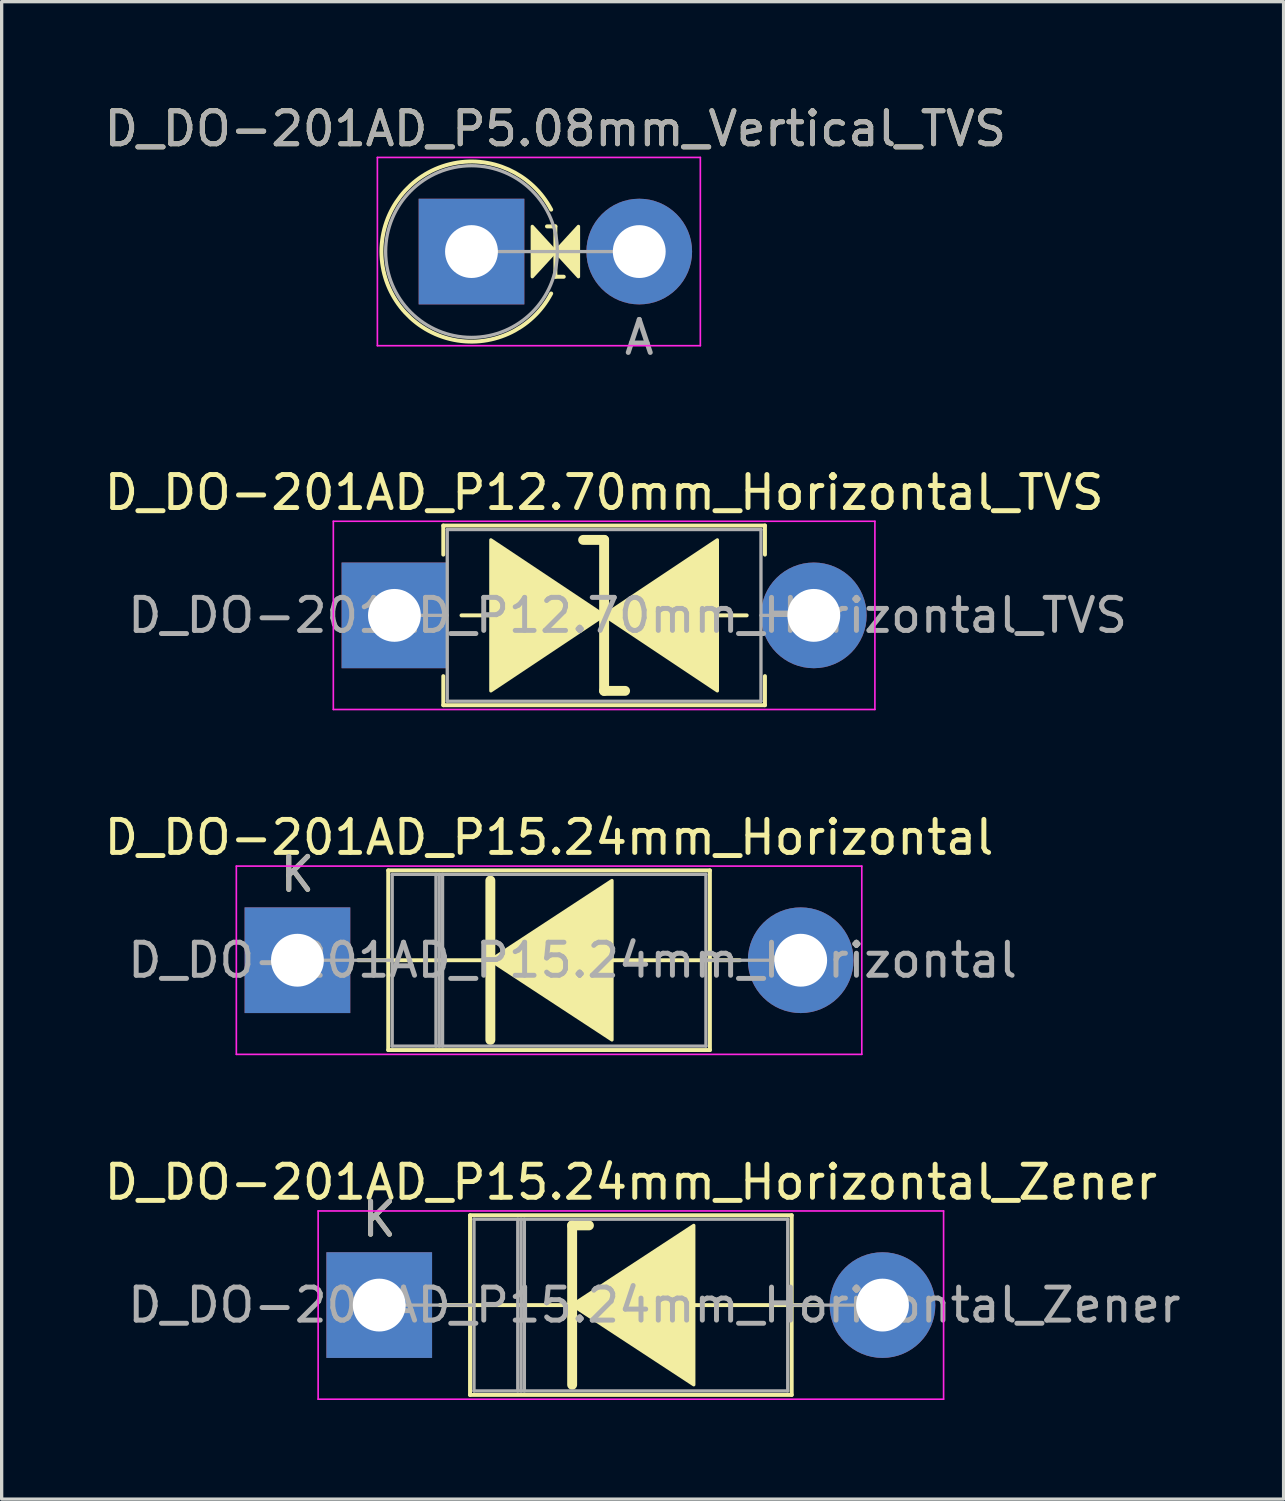
<source format=kicad_pcb>
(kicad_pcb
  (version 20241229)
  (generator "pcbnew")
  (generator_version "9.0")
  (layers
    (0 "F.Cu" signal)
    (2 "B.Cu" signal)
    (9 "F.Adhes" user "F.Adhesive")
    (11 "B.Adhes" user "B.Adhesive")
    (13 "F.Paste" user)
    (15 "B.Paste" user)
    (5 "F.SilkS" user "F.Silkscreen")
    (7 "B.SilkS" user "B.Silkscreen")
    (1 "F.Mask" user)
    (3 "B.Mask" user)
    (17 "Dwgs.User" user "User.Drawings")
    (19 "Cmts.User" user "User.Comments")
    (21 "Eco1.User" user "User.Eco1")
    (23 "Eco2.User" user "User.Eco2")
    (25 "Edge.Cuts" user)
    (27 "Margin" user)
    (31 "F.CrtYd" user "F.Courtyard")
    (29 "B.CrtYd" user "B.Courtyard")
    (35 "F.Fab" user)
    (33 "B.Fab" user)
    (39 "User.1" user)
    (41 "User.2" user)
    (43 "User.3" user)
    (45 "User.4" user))
  (footprint "D_DO-201AD_P15.24mm_Horizontal_Zener"
    (layer "F.Cu")
    (at 8.434 36.471)
    (property "Reference" "D_DO-201AD_P15.24mm_Horizontal_Zener" (at 7.62 -3.72 0) (layer "F.SilkS") (effects (font (size 1 1) (thickness 0.15))))
    (attr through_hole)
    (fp_line (start 1.84 0) (end 2.75 0) (stroke (width 0.12) (type solid)) (layer "F.SilkS"))
    (fp_line (start 2.75 -2.72) (end 2.75 2.72) (stroke (width 0.12) (type solid)) (layer "F.SilkS"))
    (fp_line (start 2.75 2.72) (end 12.49 2.72) (stroke (width 0.12) (type solid)) (layer "F.SilkS"))
    (fp_line (start 5.715 0) (end 2.75 0) (stroke (width 0.12) (type solid)) (layer "F.SilkS"))
    (fp_line (start 5.842 -2.413) (end 5.842 2.413) (stroke (width 0.3) (type solid)) (layer "F.SilkS"))
    (fp_line (start 5.842 -2.413) (end 6.35 -2.413) (stroke (width 0.3) (type solid)) (layer "F.SilkS"))
    (fp_line (start 9.525 0) (end 12.49 0) (stroke (width 0.12) (type solid)) (layer "F.SilkS"))
    (fp_line (start 12.49 -2.72) (end 2.75 -2.72) (stroke (width 0.12) (type solid)) (layer "F.SilkS"))
    (fp_line (start 12.49 2.72) (end 12.49 -2.72) (stroke (width 0.12) (type solid)) (layer "F.SilkS"))
    (fp_line (start 13.4 0) (end 12.49 0) (stroke (width 0.12) (type solid)) (layer "F.SilkS"))
    (fp_poly (pts (xy 9.525 2.413) (xy 5.842 0) (xy 9.525 -2.413)) (stroke (width 0.1) (type solid)) (fill yes) (layer "F.SilkS"))
    (fp_line (start -1.85 -2.85) (end -1.85 2.85) (stroke (width 0.05) (type solid)) (layer "F.CrtYd"))
    (fp_line (start -1.85 2.85) (end 17.09 2.85) (stroke (width 0.05) (type solid)) (layer "F.CrtYd"))
    (fp_line (start 17.09 -2.85) (end -1.85 -2.85) (stroke (width 0.05) (type solid)) (layer "F.CrtYd"))
    (fp_line (start 17.09 2.85) (end 17.09 -2.85) (stroke (width 0.05) (type solid)) (layer "F.CrtYd"))
    (fp_line (start 0 0) (end 2.87 0) (stroke (width 0.1) (type solid)) (layer "F.Fab"))
    (fp_line (start 2.87 -2.6) (end 2.87 2.6) (stroke (width 0.1) (type solid)) (layer "F.Fab"))
    (fp_line (start 2.87 2.6) (end 12.37 2.6) (stroke (width 0.1) (type solid)) (layer "F.Fab"))
    (fp_line (start 4.195 -2.6) (end 4.195 2.6) (stroke (width 0.1) (type solid)) (layer "F.Fab"))
    (fp_line (start 4.295 -2.6) (end 4.295 2.6) (stroke (width 0.1) (type solid)) (layer "F.Fab"))
    (fp_line (start 4.395 -2.6) (end 4.395 2.6) (stroke (width 0.1) (type solid)) (layer "F.Fab"))
    (fp_line (start 12.37 -2.6) (end 2.87 -2.6) (stroke (width 0.1) (type solid)) (layer "F.Fab"))
    (fp_line (start 12.37 2.6) (end 12.37 -2.6) (stroke (width 0.1) (type solid)) (layer "F.Fab"))
    (fp_line (start 15.24 0) (end 12.37 0) (stroke (width 0.1) (type solid)) (layer "F.Fab"))
    (fp_text user "K" (at 0 -2.6 0) (layer "F.SilkS") (effects (font (size 1 1) (thickness 0.15))))
    (fp_text user "${REFERENCE}" (at 8.332 0 0) (layer "F.Fab") (effects (font (size 1 1) (thickness 0.15))))
    (fp_text user "K" (at 0 -2.6 0) (layer "F.Fab") (effects (font (size 1 1) (thickness 0.15))))
    (pad "1" thru_hole rect (at 0 0) (size 3.2 3.2) (drill 1.6) (layers "*.Cu" "*.Mask"))
    (pad "2" thru_hole oval (at 15.24 0) (size 3.2 3.2) (drill 1.6) (layers "*.Cu" "*.Mask")))
  (footprint "D_DO-201AD_P15.24mm_Horizontal"
    (layer "F.Cu")
    (at 5.957 26.028)
    (property "Reference" "D_DO-201AD_P15.24mm_Horizontal" (at 7.62 -3.72 0) (layer "F.SilkS") (effects (font (size 1 1) (thickness 0.15))))
    (attr through_hole)
    (fp_line (start 1.84 0) (end 2.75 0) (stroke (width 0.12) (type solid)) (layer "F.SilkS"))
    (fp_line (start 2.75 -2.72) (end 2.75 2.72) (stroke (width 0.12) (type solid)) (layer "F.SilkS"))
    (fp_line (start 2.75 2.72) (end 12.49 2.72) (stroke (width 0.12) (type solid)) (layer "F.SilkS"))
    (fp_line (start 5.715 0) (end 2.75 0) (stroke (width 0.12) (type solid)) (layer "F.SilkS"))
    (fp_line (start 5.842 -2.413) (end 5.842 2.413) (stroke (width 0.3) (type solid)) (layer "F.SilkS"))
    (fp_line (start 9.525 0) (end 12.49 0) (stroke (width 0.12) (type solid)) (layer "F.SilkS"))
    (fp_line (start 12.49 -2.72) (end 2.75 -2.72) (stroke (width 0.12) (type solid)) (layer "F.SilkS"))
    (fp_line (start 12.49 2.72) (end 12.49 -2.72) (stroke (width 0.12) (type solid)) (layer "F.SilkS"))
    (fp_line (start 13.4 0) (end 12.49 0) (stroke (width 0.12) (type solid)) (layer "F.SilkS"))
    (fp_poly (pts (xy 9.525 2.413) (xy 5.842 0) (xy 9.525 -2.413)) (stroke (width 0.1) (type solid)) (fill yes) (layer "F.SilkS"))
    (fp_line (start -1.85 -2.85) (end -1.85 2.85) (stroke (width 0.05) (type solid)) (layer "F.CrtYd"))
    (fp_line (start -1.85 2.85) (end 17.09 2.85) (stroke (width 0.05) (type solid)) (layer "F.CrtYd"))
    (fp_line (start 17.09 -2.85) (end -1.85 -2.85) (stroke (width 0.05) (type solid)) (layer "F.CrtYd"))
    (fp_line (start 17.09 2.85) (end 17.09 -2.85) (stroke (width 0.05) (type solid)) (layer "F.CrtYd"))
    (fp_line (start 0 0) (end 2.87 0) (stroke (width 0.1) (type solid)) (layer "F.Fab"))
    (fp_line (start 2.87 -2.6) (end 2.87 2.6) (stroke (width 0.1) (type solid)) (layer "F.Fab"))
    (fp_line (start 2.87 2.6) (end 12.37 2.6) (stroke (width 0.1) (type solid)) (layer "F.Fab"))
    (fp_line (start 4.195 -2.6) (end 4.195 2.6) (stroke (width 0.1) (type solid)) (layer "F.Fab"))
    (fp_line (start 4.295 -2.6) (end 4.295 2.6) (stroke (width 0.1) (type solid)) (layer "F.Fab"))
    (fp_line (start 4.395 -2.6) (end 4.395 2.6) (stroke (width 0.1) (type solid)) (layer "F.Fab"))
    (fp_line (start 12.37 -2.6) (end 2.87 -2.6) (stroke (width 0.1) (type solid)) (layer "F.Fab"))
    (fp_line (start 12.37 2.6) (end 12.37 -2.6) (stroke (width 0.1) (type solid)) (layer "F.Fab"))
    (fp_line (start 15.24 0) (end 12.37 0) (stroke (width 0.1) (type solid)) (layer "F.Fab"))
    (fp_text user "K" (at 0 -2.6 0) (layer "F.SilkS") (effects (font (size 1 1) (thickness 0.15))))
    (fp_text user "${REFERENCE}" (at 8.332 0 0) (layer "F.Fab") (effects (font (size 1 1) (thickness 0.15))))
    (fp_text user "K" (at 0 -2.6 0) (layer "F.Fab") (effects (font (size 1 1) (thickness 0.15))))
    (pad "1" thru_hole rect (at 0 0) (size 3.2 3.2) (drill 1.6) (layers "*.Cu" "*.Mask"))
    (pad "2" thru_hole oval (at 15.24 0) (size 3.2 3.2) (drill 1.6) (layers "*.Cu" "*.Mask")))
  (footprint "D_DO-201AD_P12.70mm_Horizontal_TVS"
    (layer "F.Cu")
    (at 8.894 15.585)
    (property "Reference" "D_DO-201AD_P12.70mm_Horizontal_TVS" (at 6.35 -3.72 0) (layer "F.SilkS") (effects (font (size 1 1) (thickness 0.15))))
    (attr through_hole)
    (fp_line (start 1.48 -2.72) (end 11.22 -2.72) (stroke (width 0.12) (type solid)) (layer "F.SilkS"))
    (fp_line (start 1.48 -1.84) (end 1.48 -2.72) (stroke (width 0.12) (type solid)) (layer "F.SilkS"))
    (fp_line (start 1.48 1.84) (end 1.48 2.72) (stroke (width 0.12) (type solid)) (layer "F.SilkS"))
    (fp_line (start 1.48 2.72) (end 11.22 2.72) (stroke (width 0.12) (type solid)) (layer "F.SilkS"))
    (fp_line (start 2.032 0) (end 2.921 0) (stroke (width 0.12) (type solid)) (layer "F.SilkS"))
    (fp_line (start 6.35 -2.286) (end 5.715 -2.286) (stroke (width 0.3) (type solid)) (layer "F.SilkS"))
    (fp_line (start 6.35 2.286) (end 6.35 -2.286) (stroke (width 0.3) (type solid)) (layer "F.SilkS"))
    (fp_line (start 6.985 2.286) (end 6.35 2.286) (stroke (width 0.3) (type solid)) (layer "F.SilkS"))
    (fp_line (start 9.779 0) (end 10.668 0) (stroke (width 0.12) (type solid)) (layer "F.SilkS"))
    (fp_line (start 11.22 -2.72) (end 11.22 -1.84) (stroke (width 0.12) (type solid)) (layer "F.SilkS"))
    (fp_line (start 11.22 2.72) (end 11.22 1.84) (stroke (width 0.12) (type solid)) (layer "F.SilkS"))
    (fp_poly (pts (xy 6.35 0) (xy 2.921 2.286) (xy 2.921 -2.286)) (stroke (width 0.1) (type solid)) (fill yes) (layer "F.SilkS"))
    (fp_poly (pts (xy 6.35 0) (xy 9.779 -2.286) (xy 9.779 2.286)) (stroke (width 0.1) (type solid)) (fill yes) (layer "F.SilkS"))
    (fp_line (start -1.85 -2.85) (end -1.85 2.85) (stroke (width 0.05) (type solid)) (layer "F.CrtYd"))
    (fp_line (start -1.85 2.85) (end 14.55 2.85) (stroke (width 0.05) (type solid)) (layer "F.CrtYd"))
    (fp_line (start 14.55 -2.85) (end -1.85 -2.85) (stroke (width 0.05) (type solid)) (layer "F.CrtYd"))
    (fp_line (start 14.55 2.85) (end 14.55 -2.85) (stroke (width 0.05) (type solid)) (layer "F.CrtYd"))
    (fp_line (start 0 0) (end 1.6 0) (stroke (width 0.1) (type solid)) (layer "F.Fab"))
    (fp_line (start 1.6 -2.6) (end 1.6 2.6) (stroke (width 0.1) (type solid)) (layer "F.Fab"))
    (fp_line (start 1.6 2.6) (end 11.1 2.6) (stroke (width 0.1) (type solid)) (layer "F.Fab"))
    (fp_line (start 11.1 -2.6) (end 1.6 -2.6) (stroke (width 0.1) (type solid)) (layer "F.Fab"))
    (fp_line (start 11.1 2.6) (end 11.1 -2.6) (stroke (width 0.1) (type solid)) (layer "F.Fab"))
    (fp_line (start 12.7 0) (end 11.1 0) (stroke (width 0.1) (type solid)) (layer "F.Fab"))
    (fp_text user "${REFERENCE}" (at 7.062 0 0) (layer "F.Fab") (effects (font (size 1 1) (thickness 0.15))))
    (pad "1" thru_hole rect (at 0 0) (size 3.2 3.2) (drill 1.6) (layers "*.Cu" "*.Mask"))
    (pad "2" thru_hole oval (at 12.7 0) (size 3.2 3.2) (drill 1.6) (layers "*.Cu" "*.Mask")))
  (footprint "D_DO-201AD_P5.08mm_Vertical_TVS"
    (layer "F.Cu")
    (at 11.228 4.568)
    (property "Reference" "D_DO-201AD_P5.08mm_Vertical_TVS" (at 2.54 -3.72 0) (layer "F.SilkS") (effects (font (size 1 1) (thickness 0.15))))
    (attr through_hole)
    (fp_line (start 2.54 -0.762) (end 2.286 -0.762) (stroke (width 0.12) (type solid)) (layer "F.SilkS"))
    (fp_line (start 2.54 -0.762) (end 2.54 0.762) (stroke (width 0.12) (type solid)) (layer "F.SilkS"))
    (fp_line (start 2.54 0.762) (end 2.794 0.762) (stroke (width 0.12) (type solid)) (layer "F.SilkS"))
    (fp_arc (start 2.412999 1.27) (mid -2.726805 0) (end 2.412999 -1.269999) (stroke (width 0.12) (type solid)) (layer "F.SilkS"))
    (fp_poly (pts (xy 1.841 -0.762) (xy 2.54 0) (xy 1.841 0.762)) (stroke (width 0.1) (type solid)) (fill yes) (layer "F.SilkS"))
    (fp_poly (pts (xy 3.239 0.762) (xy 2.54 0) (xy 3.239 -0.762)) (stroke (width 0.1) (type solid)) (fill yes) (layer "F.SilkS"))
    (fp_line (start -2.85 -2.85) (end -2.85 2.85) (stroke (width 0.05) (type solid)) (layer "F.CrtYd"))
    (fp_line (start -2.85 2.85) (end 6.93 2.85) (stroke (width 0.05) (type solid)) (layer "F.CrtYd"))
    (fp_line (start 6.93 -2.85) (end -2.85 -2.85) (stroke (width 0.05) (type solid)) (layer "F.CrtYd"))
    (fp_line (start 6.93 2.85) (end 6.93 -2.85) (stroke (width 0.05) (type solid)) (layer "F.CrtYd"))
    (fp_line (start 0 0) (end 5.08 0) (stroke (width 0.1) (type solid)) (layer "F.Fab"))
    (fp_circle (center 0 0) (end 2.6 0) (stroke (width 0.1) (type solid)) (fill no) (layer "F.Fab"))
    (fp_text user "A" (at 5.08 2.6 0) (layer "F.Fab") (effects (font (size 1 1) (thickness 0.15))))
    (fp_text user "${REFERENCE}" (at 2.54 -3.72 0) (layer "F.Fab") (effects (font (size 1 1) (thickness 0.15))))
    (pad "1" thru_hole rect (at 0 0) (size 3.2 3.2) (drill 1.6) (layers "*.Cu" "*.Mask"))
    (pad "2" thru_hole oval (at 5.08 0) (size 3.2 3.2) (drill 1.6) (layers "*.Cu" "*.Mask")))
  (gr_rect
    (start -3 -3)
    (end 35.82 42.346)
    (stroke (width 0.1) (type default))
    (fill no)
    (layer "Edge.Cuts")))
</source>
